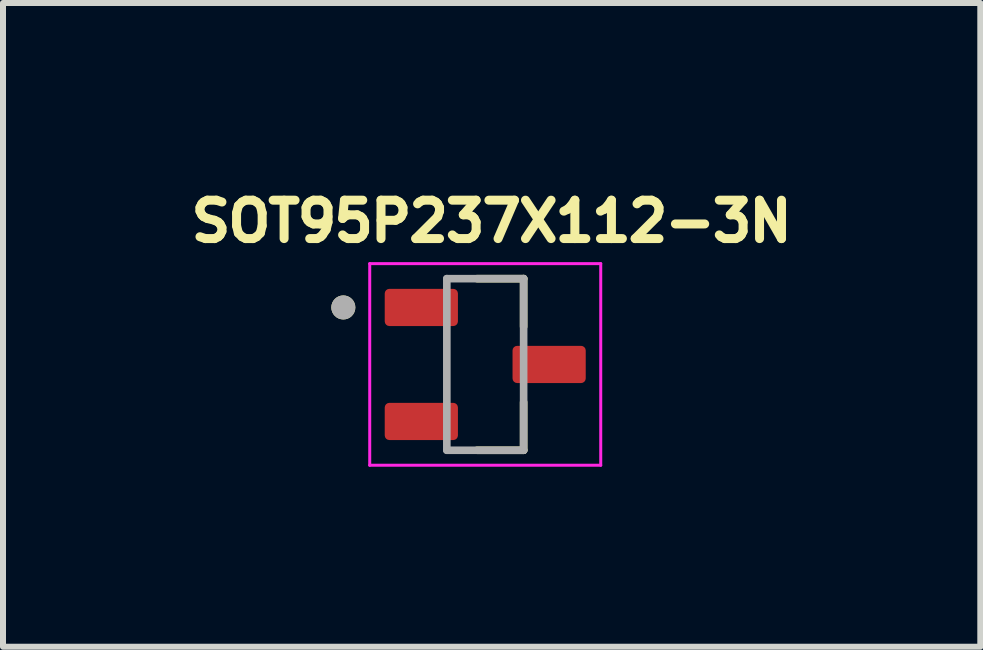
<source format=kicad_pcb>
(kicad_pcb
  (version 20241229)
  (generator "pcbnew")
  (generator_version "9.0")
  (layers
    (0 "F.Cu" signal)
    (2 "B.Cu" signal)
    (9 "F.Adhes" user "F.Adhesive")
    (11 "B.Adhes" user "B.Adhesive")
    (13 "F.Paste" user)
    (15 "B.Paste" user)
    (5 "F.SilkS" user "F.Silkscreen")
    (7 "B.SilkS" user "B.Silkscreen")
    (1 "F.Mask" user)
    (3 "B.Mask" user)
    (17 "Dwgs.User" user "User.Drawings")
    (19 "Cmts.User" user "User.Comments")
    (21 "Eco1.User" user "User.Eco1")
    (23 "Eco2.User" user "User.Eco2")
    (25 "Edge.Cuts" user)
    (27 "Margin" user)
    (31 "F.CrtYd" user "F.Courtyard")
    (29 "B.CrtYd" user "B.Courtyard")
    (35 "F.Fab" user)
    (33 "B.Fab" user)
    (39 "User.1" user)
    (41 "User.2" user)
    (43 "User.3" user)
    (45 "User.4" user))
  (footprint "SOT95P237X112-3N"
    (layer "F.Cu")
    (at 5.037 3.024)
    (property "Reference" "SOT95P237X112-3N" (at 0.107 -2.386 0) (layer "F.SilkS") (effects (font (size 0.64 0.64) (thickness 0.15))))
    (attr smd)
    (fp_line (start -0.135 -1.43) (end 0.64 -1.43) (stroke (width 0.127) (type solid)) (layer "F.SilkS"))
    (fp_line (start 0.64 -1.43) (end 0.64 -0.63) (stroke (width 0.127) (type solid)) (layer "F.SilkS"))
    (fp_line (start 0.64 1.43) (end -0.135 1.43) (stroke (width 0.127) (type solid)) (layer "F.SilkS"))
    (fp_line (start 0.64 1.43) (end 0.64 0.63) (stroke (width 0.127) (type solid)) (layer "F.SilkS"))
    (fp_circle (center -2.365 -0.95) (end -2.265 -0.95) (stroke (width 0.2) (type solid)) (fill no) (layer "F.SilkS"))
    (fp_line (start -1.925 -1.68) (end -1.925 1.68) (stroke (width 0.05) (type solid)) (layer "F.CrtYd"))
    (fp_line (start -1.925 1.68) (end 1.925 1.68) (stroke (width 0.05) (type solid)) (layer "F.CrtYd"))
    (fp_line (start 1.925 -1.68) (end -1.925 -1.68) (stroke (width 0.05) (type solid)) (layer "F.CrtYd"))
    (fp_line (start 1.925 1.68) (end 1.925 -1.68) (stroke (width 0.05) (type solid)) (layer "F.CrtYd"))
    (fp_line (start -0.64 -1.43) (end 0.64 -1.43) (stroke (width 0.127) (type solid)) (layer "F.Fab"))
    (fp_line (start -0.64 1.43) (end -0.64 -1.43) (stroke (width 0.127) (type solid)) (layer "F.Fab"))
    (fp_line (start 0.64 -1.43) (end 0.64 1.43) (stroke (width 0.127) (type solid)) (layer "F.Fab"))
    (fp_line (start 0.64 1.43) (end -0.64 1.43) (stroke (width 0.127) (type solid)) (layer "F.Fab"))
    (fp_circle (center -2.365 -0.95) (end -2.265 -0.95) (stroke (width 0.2) (type solid)) (fill no) (layer "F.Fab"))
    (pad "1" smd roundrect (at -1.065 -0.95) (size 1.22 0.62) (layers "F.Cu" "F.Mask" "F.Paste") (roundrect_rratio 0.125))
    (pad "2" smd roundrect (at -1.065 0.95) (size 1.22 0.62) (layers "F.Cu" "F.Mask" "F.Paste") (roundrect_rratio 0.125))
    (pad "3" smd roundrect (at 1.065 0) (size 1.22 0.62) (layers "F.Cu" "F.Mask" "F.Paste") (roundrect_rratio 0.125)))
  (gr_rect
    (start -3 -3)
    (end 13.288 7.729)
    (stroke (width 0.1) (type default))
    (fill no)
    (layer "Edge.Cuts")))
</source>
